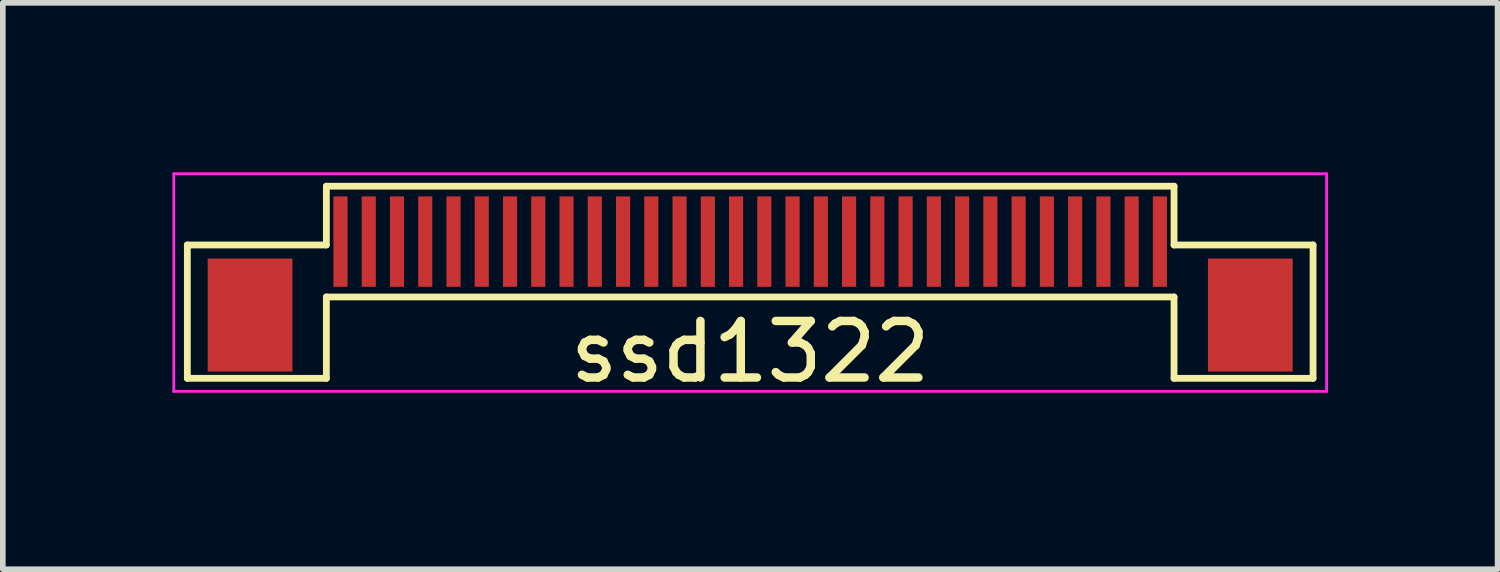
<source format=kicad_pcb>
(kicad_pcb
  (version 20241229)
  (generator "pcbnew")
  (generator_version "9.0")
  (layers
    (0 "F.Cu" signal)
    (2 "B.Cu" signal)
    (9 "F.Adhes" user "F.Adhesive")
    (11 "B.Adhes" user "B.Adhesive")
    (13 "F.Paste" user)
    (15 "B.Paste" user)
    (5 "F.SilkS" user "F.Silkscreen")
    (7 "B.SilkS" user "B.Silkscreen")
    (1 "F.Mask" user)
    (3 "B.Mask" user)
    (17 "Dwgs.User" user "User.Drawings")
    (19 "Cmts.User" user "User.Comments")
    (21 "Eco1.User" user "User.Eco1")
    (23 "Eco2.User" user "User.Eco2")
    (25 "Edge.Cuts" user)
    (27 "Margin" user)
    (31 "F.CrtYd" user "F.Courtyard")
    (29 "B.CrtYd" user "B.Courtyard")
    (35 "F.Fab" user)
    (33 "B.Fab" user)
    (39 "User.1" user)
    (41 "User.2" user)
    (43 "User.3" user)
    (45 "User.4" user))
  (footprint "ssd1322"
    (layer "F.Cu")
    (at 10.225 1.225)
    (property "Reference" "ssd1322" (at 0 1.95 0) (layer "F.SilkS") (effects (font (size 1 1) (thickness 0.15))))
    (attr smd)
    (fp_line (start -9.96 0.06) (end -7.5 0.06) (stroke (width 0.12) (type default)) (layer "F.SilkS"))
    (fp_line (start -9.96 2.42) (end -9.96 0.06) (stroke (width 0.12) (type default)) (layer "F.SilkS"))
    (fp_line (start -7.5 -0.98) (end 7.5 -0.98) (stroke (width 0.12) (type default)) (layer "F.SilkS"))
    (fp_line (start -7.5 0.06) (end -7.5 -0.98) (stroke (width 0.12) (type default)) (layer "F.SilkS"))
    (fp_line (start -7.5 0.98) (end -7.5 2.42) (stroke (width 0.12) (type default)) (layer "F.SilkS"))
    (fp_line (start -7.5 0.98) (end 7.5 0.98) (stroke (width 0.12) (type default)) (layer "F.SilkS"))
    (fp_line (start -7.5 2.42) (end -9.96 2.42) (stroke (width 0.12) (type default)) (layer "F.SilkS"))
    (fp_line (start 7.5 0.06) (end 7.5 -0.98) (stroke (width 0.12) (type default)) (layer "F.SilkS"))
    (fp_line (start 7.5 0.98) (end 7.5 2.42) (stroke (width 0.12) (type default)) (layer "F.SilkS"))
    (fp_line (start 7.5 2.42) (end 9.96 2.42) (stroke (width 0.12) (type default)) (layer "F.SilkS"))
    (fp_line (start 9.96 0.06) (end 7.5 0.06) (stroke (width 0.12) (type default)) (layer "F.SilkS"))
    (fp_line (start 9.96 2.42) (end 9.96 0.06) (stroke (width 0.12) (type default)) (layer "F.SilkS"))
    (fp_line (start -10.2 -1.2) (end -10.2 2.65) (stroke (width 0.05) (type default)) (layer "F.CrtYd"))
    (fp_line (start -10.2 -1.2) (end 10.2 -1.2) (stroke (width 0.05) (type default)) (layer "F.CrtYd"))
    (fp_line (start -10.2 2.65) (end 10.2 2.65) (stroke (width 0.05) (type default)) (layer "F.CrtYd"))
    (fp_line (start 10.2 -1.2) (end 10.2 2.65) (stroke (width 0.05) (type default)) (layer "F.CrtYd"))
    (pad "0" smd rect (at -8.85 1.3) (size 1.5 2) (layers "F.Cu" "F.Mask" "F.Paste"))
    (pad "0" smd rect (at 8.85 1.3) (size 1.5 2) (layers "F.Cu" "F.Mask" "F.Paste"))
    (pad "1" smd rect (at 7.25 0 180) (size 0.25 1.6) (layers "F.Cu" "F.Mask" "F.Paste"))
    (pad "2" smd rect (at 6.75 0 180) (size 0.25 1.6) (layers "F.Cu" "F.Mask" "F.Paste"))
    (pad "3" smd rect (at 6.25 0 180) (size 0.25 1.6) (layers "F.Cu" "F.Mask" "F.Paste"))
    (pad "4" smd rect (at 5.75 0 180) (size 0.25 1.6) (layers "F.Cu" "F.Mask" "F.Paste"))
    (pad "5" smd rect (at 5.25 0 180) (size 0.25 1.6) (layers "F.Cu" "F.Mask" "F.Paste"))
    (pad "6" smd rect (at 4.75 0 180) (size 0.25 1.6) (layers "F.Cu" "F.Mask" "F.Paste"))
    (pad "7" smd rect (at 4.25 0 180) (size 0.25 1.6) (layers "F.Cu" "F.Mask" "F.Paste"))
    (pad "8" smd rect (at 3.75 0 180) (size 0.25 1.6) (layers "F.Cu" "F.Mask" "F.Paste"))
    (pad "9" smd rect (at 3.25 0 180) (size 0.25 1.6) (layers "F.Cu" "F.Mask" "F.Paste"))
    (pad "10" smd rect (at 2.75 0 180) (size 0.25 1.6) (layers "F.Cu" "F.Mask" "F.Paste"))
    (pad "11" smd rect (at 2.25 0 180) (size 0.25 1.6) (layers "F.Cu" "F.Mask" "F.Paste"))
    (pad "12" smd rect (at 1.75 0 180) (size 0.25 1.6) (layers "F.Cu" "F.Mask" "F.Paste"))
    (pad "13" smd rect (at 1.25 0 180) (size 0.25 1.6) (layers "F.Cu" "F.Mask" "F.Paste"))
    (pad "14" smd rect (at 0.75 0 180) (size 0.25 1.6) (layers "F.Cu" "F.Mask" "F.Paste"))
    (pad "15" smd rect (at 0.25 0 180) (size 0.25 1.6) (layers "F.Cu" "F.Mask" "F.Paste"))
    (pad "16" smd rect (at -0.25 0 180) (size 0.25 1.6) (layers "F.Cu" "F.Mask" "F.Paste"))
    (pad "17" smd rect (at -0.75 0 180) (size 0.25 1.6) (layers "F.Cu" "F.Mask" "F.Paste"))
    (pad "18" smd rect (at -1.25 0 180) (size 0.25 1.6) (layers "F.Cu" "F.Mask" "F.Paste"))
    (pad "19" smd rect (at -1.75 0 180) (size 0.25 1.6) (layers "F.Cu" "F.Mask" "F.Paste"))
    (pad "20" smd rect (at -2.25 0 180) (size 0.25 1.6) (layers "F.Cu" "F.Mask" "F.Paste"))
    (pad "21" smd rect (at -2.75 0 180) (size 0.25 1.6) (layers "F.Cu" "F.Mask" "F.Paste"))
    (pad "22" smd rect (at -3.25 0 180) (size 0.25 1.6) (layers "F.Cu" "F.Mask" "F.Paste"))
    (pad "23" smd rect (at -3.75 0 180) (size 0.25 1.6) (layers "F.Cu" "F.Mask" "F.Paste"))
    (pad "24" smd rect (at -4.25 0 180) (size 0.25 1.6) (layers "F.Cu" "F.Mask" "F.Paste"))
    (pad "25" smd rect (at -4.75 0 180) (size 0.25 1.6) (layers "F.Cu" "F.Mask" "F.Paste"))
    (pad "26" smd rect (at -5.25 0 180) (size 0.25 1.6) (layers "F.Cu" "F.Mask" "F.Paste"))
    (pad "27" smd rect (at -5.75 0 180) (size 0.25 1.6) (layers "F.Cu" "F.Mask" "F.Paste"))
    (pad "28" smd rect (at -6.25 0 180) (size 0.25 1.6) (layers "F.Cu" "F.Mask" "F.Paste"))
    (pad "29" smd rect (at -6.75 0 180) (size 0.25 1.6) (layers "F.Cu" "F.Mask" "F.Paste"))
    (pad "30" smd rect (at -7.25 0 180) (size 0.25 1.6) (layers "F.Cu" "F.Mask" "F.Paste")))
  (gr_rect
    (start -3 -3)
    (end 23.45 7.023)
    (stroke (width 0.1) (type default))
    (fill no)
    (layer "Edge.Cuts")))
</source>
